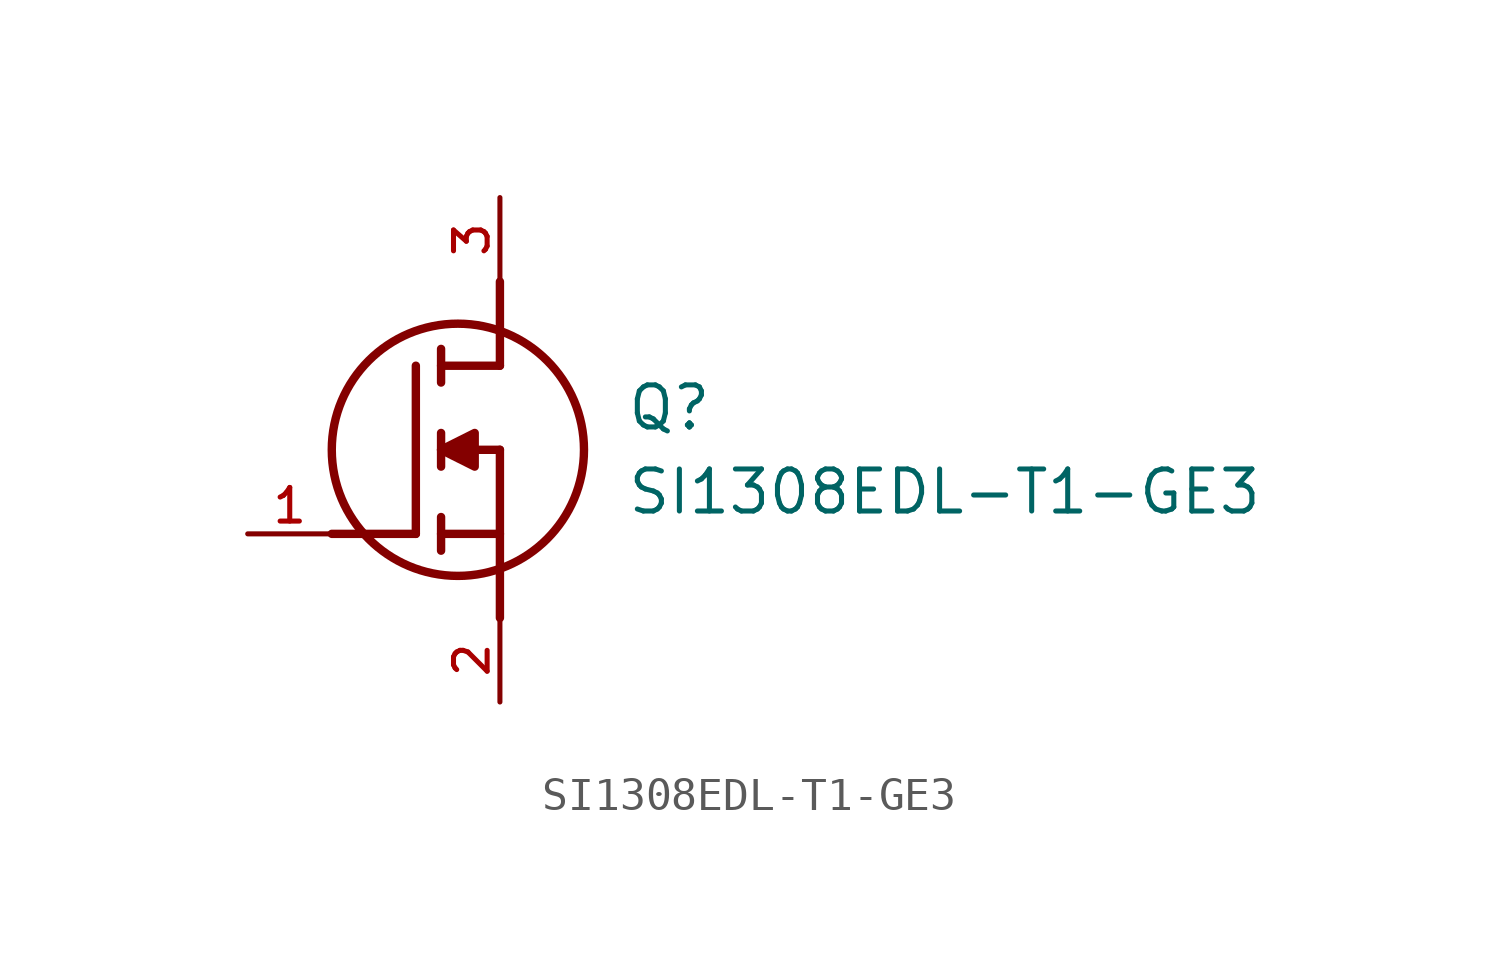
<source format=kicad_sym>
(kicad_symbol_lib
  (version 20211014)
  (generator kicad_symbol_editor)
  (symbol "SI1308EDL-T1-GE3"
    (pin_names
      (offset 1.016))
    (property "Reference" "Q"
      (at 11.43 3.81 0)
      (effects (font (size 1.27 1.27)) (justify left)))
    (property "Value" "SI1308EDL-T1-GE3"
      (at 11.43 1.27 0)
      (effects (font (size 1.27 1.27)) (justify left)))
    (symbol "SI1308EDL-T1-GE3_0_0"
      (polyline (pts (xy 2.54 0) (xy 5.08 0)) (stroke (width 0.254) (type default) (color 0 0 0 0)) (fill (type none)))
      (polyline (pts (xy 5.08 5.08) (xy 5.08 0)) (stroke (width 0.254) (type default) (color 0 0 0 0)) (fill (type none)))
      (polyline (pts (xy 5.842 -0.508) (xy 5.842 0.508)) (stroke (width 0.254) (type default) (color 0 0 0 0)) (fill (type none)))
      (polyline (pts (xy 5.842 0) (xy 7.62 0)) (stroke (width 0.254) (type default) (color 0 0 0 0)) (fill (type none)))
      (polyline (pts (xy 5.842 2.032) (xy 5.842 3.048)) (stroke (width 0.254) (type default) (color 0 0 0 0)) (fill (type none)))
      (polyline (pts (xy 5.842 5.588) (xy 5.842 4.572)) (stroke (width 0.254) (type default) (color 0 0 0 0)) (fill (type none)))
      (polyline (pts (xy 7.62 2.54) (xy 5.842 2.54)) (stroke (width 0.254) (type default) (color 0 0 0 0)) (fill (type none)))
      (polyline (pts (xy 7.62 2.54) (xy 7.62 -2.54)) (stroke (width 0.254) (type default) (color 0 0 0 0)) (fill (type none)))
      (polyline (pts (xy 7.62 5.08) (xy 5.842 5.08)) (stroke (width 0.254) (type default) (color 0 0 0 0)) (fill (type none)))
      (polyline (pts (xy 7.62 5.08) (xy 7.62 7.62)) (stroke (width 0.254) (type default) (color 0 0 0 0)) (fill (type none)))
      (polyline (pts (xy 5.842 2.54) (xy 6.858 3.048) (xy 6.858 2.032) (xy 5.842 2.54)) (stroke (width 0.254) (type default) (color 0 0 0 0)) (fill (type outline)))
      (circle (center 6.35 2.54) (radius 3.81) (stroke (width 0.254) (type default) (color 0 0 0 0)) (fill (type none)))
      (pin bidirectional line (at 0 0 0) (length 2.54) (name "~" (effects (font (size 1.016 1.016)))) (number "1" (effects (font (size 1.016 1.016)))))
      (pin bidirectional line (at 7.62 -5.08 90) (length 2.54) (name "~" (effects (font (size 1.016 1.016)))) (number "2" (effects (font (size 1.016 1.016)))))
      (pin bidirectional line (at 7.62 10.16 270) (length 2.54) (name "~" (effects (font (size 1.016 1.016)))) (number "3" (effects (font (size 1.016 1.016))))))))
</source>
